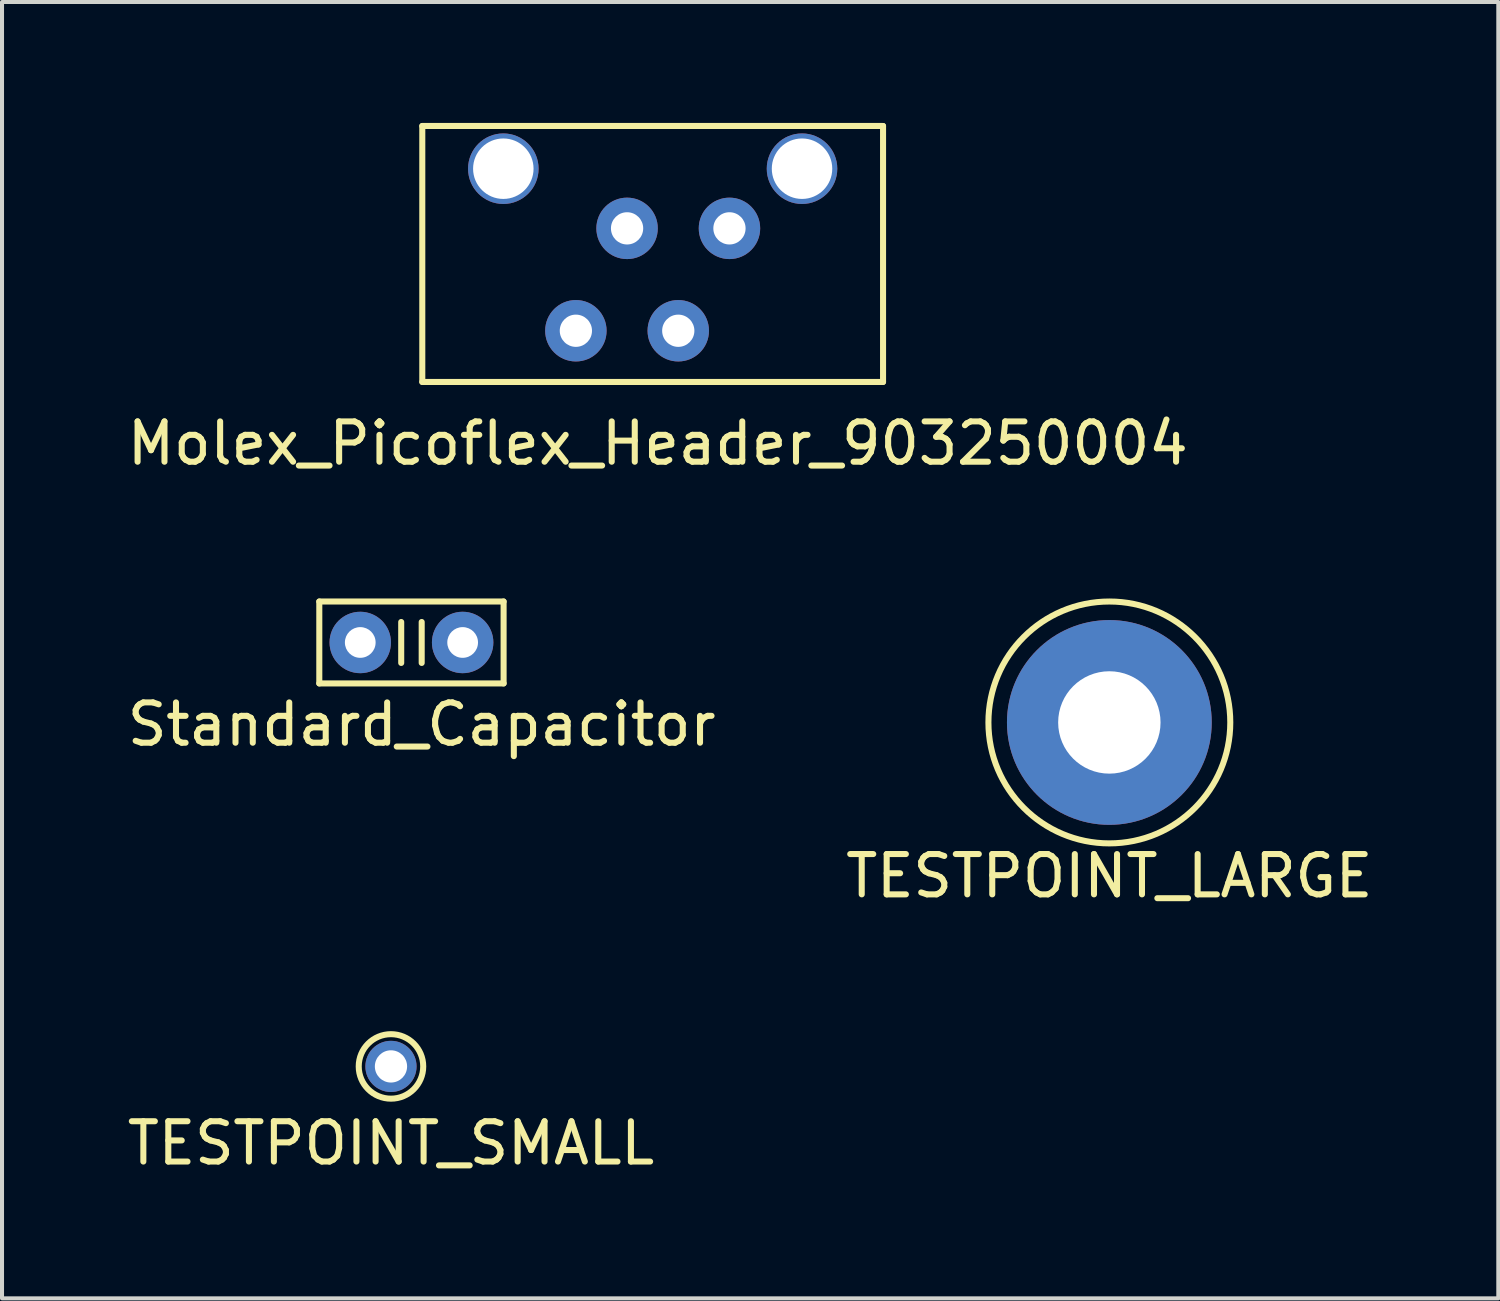
<source format=kicad_pcb>
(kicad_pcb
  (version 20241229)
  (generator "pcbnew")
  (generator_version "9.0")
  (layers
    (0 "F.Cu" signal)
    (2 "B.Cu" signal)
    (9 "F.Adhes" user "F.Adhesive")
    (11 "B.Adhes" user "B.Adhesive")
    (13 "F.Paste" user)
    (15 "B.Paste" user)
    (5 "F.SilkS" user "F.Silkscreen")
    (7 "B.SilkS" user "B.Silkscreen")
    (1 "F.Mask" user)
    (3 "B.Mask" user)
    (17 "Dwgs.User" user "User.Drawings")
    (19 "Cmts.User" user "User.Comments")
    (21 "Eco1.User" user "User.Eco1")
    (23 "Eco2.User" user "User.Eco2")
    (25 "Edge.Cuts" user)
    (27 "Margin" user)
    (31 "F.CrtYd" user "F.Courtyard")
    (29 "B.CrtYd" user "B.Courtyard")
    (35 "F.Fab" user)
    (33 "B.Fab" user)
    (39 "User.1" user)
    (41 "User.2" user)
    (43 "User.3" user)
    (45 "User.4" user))
  (footprint "Molex_Picoflex_Header_903250004"
    (layer "F.Cu")
    (at 12.506 3.885)
    (property "Reference" "Molex_Picoflex_Header_903250004" (at 0.762 4.064 0) (layer "F.SilkS") (effects (font (size 1 1) (thickness 0.15))))
    (attr through_hole)
    (fp_line (start -5.08 -3.81) (end 6.35 -3.81) (stroke (width 0.15) (type solid)) (layer "F.SilkS"))
    (fp_line (start -5.08 2.54) (end -5.08 -3.81) (stroke (width 0.15) (type solid)) (layer "F.SilkS"))
    (fp_line (start 6.35 -3.81) (end 6.35 2.54) (stroke (width 0.15) (type solid)) (layer "F.SilkS"))
    (fp_line (start 6.35 2.54) (end -5.08 2.54) (stroke (width 0.15) (type solid)) (layer "F.SilkS"))
    (pad "1" thru_hole circle (at -1.27 1.27) (size 1.524 1.524) (drill 0.8) (layers "*.Cu" "*.Mask"))
    (pad "2" thru_hole circle (at 0 -1.27) (size 1.524 1.524) (drill 0.8) (layers "*.Cu" "*.Mask"))
    (pad "3" thru_hole circle (at 1.27 1.27) (size 1.524 1.524) (drill 0.8) (layers "*.Cu" "*.Mask"))
    (pad "4" thru_hole circle (at 2.54 -1.27) (size 1.524 1.524) (drill 0.8) (layers "*.Cu" "*.Mask"))
    (pad "~" thru_hole circle (at -3.07 -2.75) (size 1.75 1.75) (drill 1.5) (layers "*.Cu" "*.Mask"))
    (pad "~" thru_hole circle (at 4.34 -2.75) (size 1.75 1.75) (drill 1.5) (layers "*.Cu" "*.Mask")))
  (footprint "Standard_Capacitor"
    (layer "F.Cu")
    (at 5.887 12.888)
    (property "Reference" "Standard_Capacitor" (at 1.524 2.032 0) (layer "F.SilkS") (effects (font (size 1 1) (thickness 0.15))))
    (attr through_hole)
    (fp_line (start -1.016 -1.016) (end 3.556 -1.016) (stroke (width 0.15) (type solid)) (layer "F.SilkS"))
    (fp_line (start -1.016 1.016) (end -1.016 -1.016) (stroke (width 0.15) (type solid)) (layer "F.SilkS"))
    (fp_line (start -1.016 1.016) (end 3.556 1.016) (stroke (width 0.15) (type solid)) (layer "F.SilkS"))
    (fp_line (start 1.016 0.508) (end 1.016 -0.508) (stroke (width 0.15) (type solid)) (layer "F.SilkS"))
    (fp_line (start 1.524 -0.508) (end 1.524 0.508) (stroke (width 0.15) (type solid)) (layer "F.SilkS"))
    (fp_line (start 3.556 -1.016) (end 3.556 1.016) (stroke (width 0.15) (type solid)) (layer "F.SilkS"))
    (pad "1" thru_hole circle (at 0 0) (size 1.524 1.524) (drill 0.762) (layers "*.Cu" "*.Mask"))
    (pad "2" thru_hole circle (at 2.54 0) (size 1.524 1.524) (drill 0.762) (layers "*.Cu" "*.Mask")))
  (footprint "TESTPOINT_SMALL"
    (layer "F.Cu")
    (at 6.649 23.405)
    (property "Reference" "TESTPOINT_SMALL" (at 0 1.905 0) (layer "F.SilkS") (effects (font (size 1 1) (thickness 0.15))))
    (attr through_hole)
    (fp_circle (center 0 0) (end 0.8 0) (stroke (width 0.15) (type solid)) (fill no) (layer "F.SilkS"))
    (pad "1" thru_hole circle (at 0 0) (size 1.27 1.27) (drill 0.8) (layers "*.Cu" "*.Mask")))
  (footprint "TESTPOINT_LARGE"
    (layer "F.Cu")
    (at 24.47 14.872)
    (property "Reference" "TESTPOINT_LARGE" (at 0 3.81 0) (layer "F.SilkS") (effects (font (size 1 1) (thickness 0.15))))
    (attr through_hole)
    (fp_circle (center 0 0) (end 3 0) (stroke (width 0.15) (type solid)) (fill no) (layer "F.SilkS"))
    (pad "1" thru_hole circle (at 0 0) (size 5.08 5.08) (drill 2.54) (layers "*.Cu" "*.Mask")))
  (gr_rect
    (start -3 -3)
    (end 34.119 29.159)
    (stroke (width 0.1) (type default))
    (fill no)
    (layer "Edge.Cuts")))
</source>
